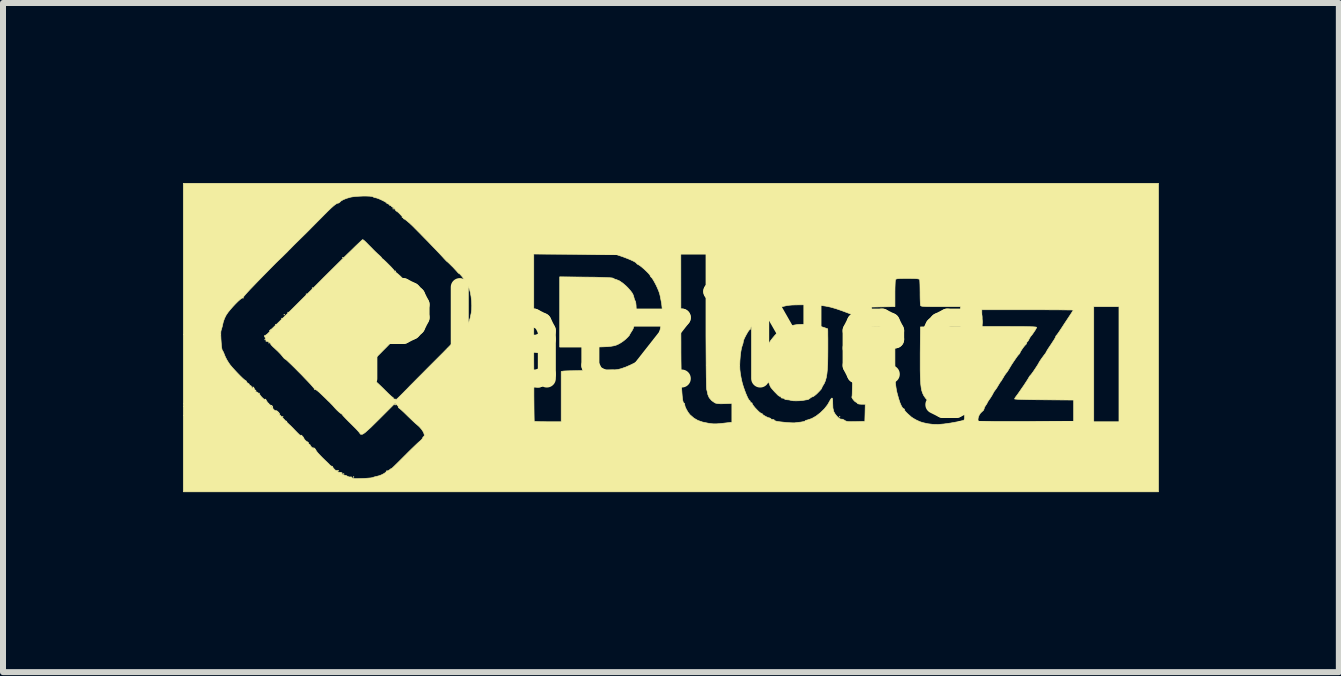
<source format=kicad_pcb>
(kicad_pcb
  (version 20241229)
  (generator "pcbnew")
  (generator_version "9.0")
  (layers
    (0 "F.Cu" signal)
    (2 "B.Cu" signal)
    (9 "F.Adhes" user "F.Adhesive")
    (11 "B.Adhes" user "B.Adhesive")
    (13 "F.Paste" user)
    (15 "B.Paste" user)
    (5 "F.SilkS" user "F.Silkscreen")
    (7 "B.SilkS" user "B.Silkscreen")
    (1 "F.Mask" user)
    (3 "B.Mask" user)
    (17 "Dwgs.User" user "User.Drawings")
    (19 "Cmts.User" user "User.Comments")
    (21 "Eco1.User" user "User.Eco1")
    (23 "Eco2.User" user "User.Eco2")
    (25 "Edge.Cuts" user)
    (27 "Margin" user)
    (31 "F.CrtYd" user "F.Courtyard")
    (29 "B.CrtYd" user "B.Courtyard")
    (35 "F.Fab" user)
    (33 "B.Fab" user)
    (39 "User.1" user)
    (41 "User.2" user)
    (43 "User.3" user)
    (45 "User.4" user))
  (footprint "PlatziNeg"
    (layer "F.Cu")
    (at 8.133 2.57)
    (property "Reference" "PlatziNeg" (at 0 0 0) (layer "F.SilkS") (effects (font (size 1.524 1.524) (thickness 0.3))))
    (attr through_hole)
    (fp_poly (pts (xy -6.693 0.095) (xy -6.699 0.102) (xy -6.706 0.095) (xy -6.699 0.089) (xy -6.693 0.095)) (stroke (width 0.01) (type solid)) (fill yes) (layer "F.SilkS"))
    (fp_poly (pts (xy -6.579 -0.21) (xy -6.585 -0.203) (xy -6.591 -0.21) (xy -6.585 -0.216) (xy -6.579 -0.21)) (stroke (width 0.01) (type solid)) (fill yes) (layer "F.SilkS"))
    (fp_poly (pts (xy -6.477 -0.311) (xy -6.483 -0.305) (xy -6.49 -0.311) (xy -6.483 -0.318) (xy -6.477 -0.311)) (stroke (width 0.01) (type solid)) (fill yes) (layer "F.SilkS"))
    (fp_poly (pts (xy -6.464 1.327) (xy -6.471 1.333) (xy -6.477 1.327) (xy -6.471 1.321) (xy -6.464 1.327)) (stroke (width 0.01) (type solid)) (fill yes) (layer "F.SilkS"))
    (fp_poly (pts (xy -6.439 -0.375) (xy -6.445 -0.368) (xy -6.452 -0.375) (xy -6.445 -0.381) (xy -6.439 -0.375)) (stroke (width 0.01) (type solid)) (fill yes) (layer "F.SilkS"))
    (fp_poly (pts (xy -6.401 1.403) (xy -6.407 1.41) (xy -6.413 1.403) (xy -6.407 1.397) (xy -6.401 1.403)) (stroke (width 0.01) (type solid)) (fill yes) (layer "F.SilkS"))
    (fp_poly (pts (xy -6.375 -0.413) (xy -6.382 -0.406) (xy -6.388 -0.413) (xy -6.382 -0.419) (xy -6.375 -0.413)) (stroke (width 0.01) (type solid)) (fill yes) (layer "F.SilkS"))
    (fp_poly (pts (xy -6.071 -0.718) (xy -6.077 -0.711) (xy -6.083 -0.718) (xy -6.077 -0.724) (xy -6.071 -0.718)) (stroke (width 0.01) (type solid)) (fill yes) (layer "F.SilkS"))
    (fp_poly (pts (xy -5.969 -0.819) (xy -5.975 -0.813) (xy -5.982 -0.819) (xy -5.975 -0.826) (xy -5.969 -0.819)) (stroke (width 0.01) (type solid)) (fill yes) (layer "F.SilkS"))
    (fp_poly (pts (xy -5.461 -1.327) (xy -5.467 -1.321) (xy -5.474 -1.327) (xy -5.467 -1.333) (xy -5.461 -1.327)) (stroke (width 0.01) (type solid)) (fill yes) (layer "F.SilkS"))
    (fp_poly (pts (xy -5.448 2.28) (xy -5.455 2.286) (xy -5.461 2.28) (xy -5.455 2.273) (xy -5.448 2.28)) (stroke (width 0.01) (type solid)) (fill yes) (layer "F.SilkS"))
    (fp_poly (pts (xy -5.283 2.33) (xy -5.29 2.337) (xy -5.296 2.33) (xy -5.29 2.324) (xy -5.283 2.33)) (stroke (width 0.01) (type solid)) (fill yes) (layer "F.SilkS"))
    (fp_poly (pts (xy -4.623 -2.14) (xy -4.629 -2.134) (xy -4.636 -2.14) (xy -4.629 -2.146) (xy -4.623 -2.14)) (stroke (width 0.01) (type solid)) (fill yes) (layer "F.SilkS"))
    (fp_poly (pts (xy -4.585 -1.099) (xy -4.591 -1.092) (xy -4.597 -1.099) (xy -4.591 -1.105) (xy -4.585 -1.099)) (stroke (width 0.01) (type solid)) (fill yes) (layer "F.SilkS"))
    (fp_poly (pts (xy -4.47 -2) (xy -4.477 -1.994) (xy -4.483 -2) (xy -4.477 -2.007) (xy -4.47 -2)) (stroke (width 0.01) (type solid)) (fill yes) (layer "F.SilkS"))
    (fp_poly (pts (xy 2.819 1.327) (xy 2.813 1.333) (xy 2.807 1.327) (xy 2.813 1.321) (xy 2.819 1.327)) (stroke (width 0.01) (type solid)) (fill yes) (layer "F.SilkS"))
    (fp_poly (pts (xy -6.761 0.03) (xy -6.759 0.045) (xy -6.761 0.047) (xy -6.768 0.045) (xy -6.769 0.038) (xy -6.764 0.028) (xy -6.761 0.03)) (stroke (width 0.01) (type solid)) (fill yes) (layer "F.SilkS"))
    (fp_poly (pts (xy -4.589 1.122) (xy -4.591 1.129) (xy -4.597 1.13) (xy -4.608 1.126) (xy -4.606 1.122) (xy -4.591 1.12) (xy -4.589 1.122)) (stroke (width 0.01) (type solid)) (fill yes) (layer "F.SilkS"))
    (fp_poly (pts (xy -1.418 -1.001) (xy -1.281 -1) (xy -1.169 -0.997) (xy -1.081 -0.994) (xy -1.018 -0.991) (xy -0.979 -0.987) (xy -0.964 -0.983) (xy -0.939 -0.969) (xy -0.909 -0.96) (xy -0.859 -0.939) (xy -0.802 -0.9) (xy -0.742 -0.848) (xy -0.711 -0.816) (xy -0.671 -0.77) (xy -0.645 -0.735) (xy -0.629 -0.704) (xy -0.618 -0.67) (xy -0.616 -0.66) (xy -0.606 -0.625) (xy -0.593 -0.599) (xy -0.592 -0.598) (xy -0.586 -0.577) (xy -0.581 -0.532) (xy -0.578 -0.468) (xy -0.578 -0.42) (xy -0.579 -0.348) (xy -0.581 -0.297) (xy -0.586 -0.261) (xy -0.594 -0.235) (xy -0.6 -0.222) (xy -0.615 -0.191) (xy -0.622 -0.166) (xy -0.622 -0.165) (xy -0.629 -0.143) (xy -0.646 -0.111) (xy -0.654 -0.099) (xy -0.673 -0.069) (xy -0.685 -0.049) (xy -0.686 -0.045) (xy -0.695 -0.028) (xy -0.719 -0.001) (xy -0.752 0.031) (xy -0.788 0.061) (xy -0.812 0.078) (xy -0.846 0.1) (xy -0.879 0.118) (xy -0.913 0.133) (xy -0.953 0.144) (xy -1 0.152) (xy -1.057 0.158) (xy -1.129 0.161) (xy -1.217 0.164) (xy -1.324 0.165) (xy -1.438 0.165) (xy -1.854 0.165) (xy -1.854 -1.006) (xy -1.418 -1.001)) (stroke (width 0.01) (type solid)) (fill yes) (layer "F.SilkS"))
    (fp_poly (pts (xy 2.269 -0.21) (xy 2.354 -0.202) (xy 2.435 -0.191) (xy 2.504 -0.176) (xy 2.54 -0.165) (xy 2.578 -0.152) (xy 2.604 -0.142) (xy 2.613 -0.14) (xy 2.614 -0.128) (xy 2.615 -0.093) (xy 2.615 -0.04) (xy 2.616 0.028) (xy 2.616 0.109) (xy 2.616 0.195) (xy 2.615 0.33) (xy 2.613 0.443) (xy 2.608 0.536) (xy 2.6 0.613) (xy 2.589 0.675) (xy 2.575 0.726) (xy 2.557 0.769) (xy 2.537 0.802) (xy 2.521 0.829) (xy 2.515 0.847) (xy 2.515 0.847) (xy 2.506 0.864) (xy 2.483 0.891) (xy 2.452 0.923) (xy 2.42 0.954) (xy 2.39 0.978) (xy 2.371 0.99) (xy 2.368 0.991) (xy 2.345 0.999) (xy 2.321 1.016) (xy 2.295 1.035) (xy 2.274 1.042) (xy 2.245 1.046) (xy 2.229 1.049) (xy 2.189 1.056) (xy 2.138 1.06) (xy 2.085 1.061) (xy 2.039 1.06) (xy 2.008 1.055) (xy 2.007 1.055) (xy 1.97 1.046) (xy 1.934 1.043) (xy 1.905 1.038) (xy 1.892 1.03) (xy 1.892 1.029) (xy 1.881 1.019) (xy 1.86 1.016) (xy 1.838 1.012) (xy 1.835 1.003) (xy 1.833 0.992) (xy 1.825 0.991) (xy 1.804 0.982) (xy 1.778 0.962) (xy 1.777 0.96) (xy 1.725 0.907) (xy 1.685 0.862) (xy 1.66 0.829) (xy 1.651 0.81) (xy 1.645 0.789) (xy 1.63 0.758) (xy 1.628 0.756) (xy 1.608 0.711) (xy 1.589 0.653) (xy 1.572 0.587) (xy 1.56 0.52) (xy 1.553 0.458) (xy 1.553 0.408) (xy 1.559 0.377) (xy 1.567 0.35) (xy 1.577 0.307) (xy 1.586 0.255) (xy 1.588 0.246) (xy 1.596 0.199) (xy 1.604 0.162) (xy 1.61 0.141) (xy 1.611 0.14) (xy 1.622 0.125) (xy 1.638 0.097) (xy 1.643 0.086) (xy 1.663 0.056) (xy 1.695 0.015) (xy 1.733 -0.03) (xy 1.751 -0.049) (xy 1.794 -0.092) (xy 1.828 -0.122) (xy 1.861 -0.143) (xy 1.903 -0.16) (xy 1.935 -0.171) (xy 1.996 -0.189) (xy 2.061 -0.203) (xy 2.117 -0.212) (xy 2.119 -0.212) (xy 2.188 -0.214) (xy 2.269 -0.21)) (stroke (width 0.01) (type solid)) (fill yes) (layer "F.SilkS"))
    (fp_poly (pts (xy 8.128 2.578) (xy -8.128 2.578) (xy -8.128 1.302) (xy -6.528 1.302) (xy -6.521 1.308) (xy -6.515 1.302) (xy -6.521 1.295) (xy -6.528 1.302) (xy -8.128 1.302) (xy -8.128 1.155) (xy -6.668 1.155) (xy -6.658 1.168) (xy -6.655 1.168) (xy -6.642 1.164) (xy -6.642 1.163) (xy -6.651 1.152) (xy -6.655 1.149) (xy -6.667 1.15) (xy -6.668 1.155) (xy -8.128 1.155) (xy -8.128 1.111) (xy -6.718 1.111) (xy -6.712 1.118) (xy -6.706 1.111) (xy -6.712 1.105) (xy -6.718 1.111) (xy -8.128 1.111) (xy -8.128 -0.041) (xy -7.503 -0.041) (xy -7.5 0.033) (xy -7.493 0.131) (xy -7.489 0.169) (xy -7.483 0.203) (xy -7.475 0.224) (xy -7.472 0.226) (xy -7.462 0.243) (xy -7.448 0.275) (xy -7.442 0.292) (xy -7.425 0.332) (xy -7.399 0.382) (xy -7.37 0.429) (xy -7.345 0.464) (xy -7.309 0.507) (xy -7.266 0.554) (xy -7.221 0.602) (xy -7.177 0.647) (xy -7.138 0.685) (xy -7.107 0.712) (xy -7.088 0.724) (xy -7.087 0.724) (xy -7.075 0.734) (xy -7.074 0.742) (xy -7.063 0.76) (xy -7.049 0.768) (xy -7.03 0.781) (xy -7.027 0.791) (xy -7.02 0.803) (xy -7.014 0.804) (xy -6.999 0.811) (xy -6.991 0.826) (xy -6.98 0.846) (xy -6.971 0.851) (xy -6.964 0.843) (xy -6.967 0.836) (xy -6.969 0.828) (xy -6.962 0.831) (xy -6.948 0.848) (xy -6.947 0.853) (xy -6.938 0.872) (xy -6.925 0.885) (xy -6.914 0.896) (xy -6.92 0.894) (xy -6.932 0.892) (xy -6.929 0.9) (xy -6.909 0.913) (xy -6.902 0.914) (xy -6.885 0.922) (xy -6.883 0.928) (xy -6.876 0.935) (xy -6.87 0.933) (xy -6.861 0.932) (xy -6.861 0.936) (xy -6.856 0.952) (xy -6.84 0.977) (xy -6.839 0.978) (xy -6.817 1.003) (xy -6.793 1.025) (xy -6.773 1.042) (xy -6.762 1.049) (xy -6.763 1.043) (xy -6.766 1.031) (xy -6.758 1.034) (xy -6.745 1.049) (xy -6.744 1.054) (xy -6.736 1.069) (xy -6.716 1.094) (xy -6.706 1.105) (xy -6.683 1.127) (xy -6.669 1.137) (xy -6.668 1.136) (xy -6.66 1.135) (xy -6.649 1.142) (xy -6.637 1.163) (xy -6.637 1.174) (xy -6.633 1.192) (xy -6.615 1.211) (xy -6.593 1.225) (xy -6.578 1.225) (xy -6.565 1.23) (xy -6.545 1.248) (xy -6.521 1.276) (xy -6.553 1.251) (xy -6.559 1.248) (xy -6.55 1.261) (xy -6.527 1.286) (xy -6.509 1.305) (xy -6.471 1.344) (xy -6.439 1.378) (xy -6.416 1.402) (xy -6.413 1.406) (xy -6.388 1.431) (xy -6.362 1.456) (xy -6.337 1.479) (xy -6.303 1.513) (xy -6.267 1.551) (xy -6.223 1.596) (xy -6.19 1.628) (xy -6.169 1.646) (xy -6.162 1.647) (xy -6.166 1.638) (xy -6.167 1.631) (xy -6.152 1.641) (xy -6.149 1.643) (xy -6.129 1.665) (xy -6.121 1.679) (xy -6.112 1.698) (xy -6.092 1.722) (xy -6.068 1.741) (xy -6.054 1.747) (xy -6.042 1.757) (xy -6.042 1.763) (xy -6.035 1.781) (xy -6.026 1.786) (xy -6.012 1.797) (xy -6.012 1.802) (xy -6.006 1.814) (xy -5.986 1.835) (xy -5.977 1.841) (xy -5.956 1.857) (xy -5.948 1.858) (xy -5.95 1.854) (xy -5.956 1.842) (xy -5.947 1.847) (xy -5.94 1.853) (xy -5.922 1.871) (xy -5.918 1.882) (xy -5.909 1.898) (xy -5.886 1.928) (xy -5.85 1.967) (xy -5.807 2.011) (xy -5.767 2.05) (xy -5.732 2.083) (xy -5.7 2.114) (xy -5.686 2.13) (xy -5.664 2.148) (xy -5.649 2.151) (xy -5.641 2.152) (xy -5.642 2.155) (xy -5.636 2.169) (xy -5.619 2.191) (xy -5.599 2.212) (xy -5.583 2.222) (xy -5.582 2.223) (xy -5.549 2.223) (xy -5.538 2.225) (xy -5.544 2.231) (xy -5.55 2.235) (xy -5.561 2.245) (xy -5.548 2.249) (xy -5.544 2.25) (xy -5.515 2.252) (xy -5.503 2.253) (xy -5.481 2.263) (xy -5.478 2.266) (xy -5.477 2.271) (xy -5.486 2.267) (xy -5.499 2.261) (xy -5.493 2.27) (xy -5.488 2.277) (xy -5.462 2.295) (xy -5.444 2.299) (xy -5.412 2.307) (xy -5.392 2.318) (xy -5.364 2.33) (xy -5.344 2.33) (xy -5.325 2.329) (xy -5.321 2.335) (xy -5.311 2.347) (xy -5.293 2.354) (xy -5.265 2.357) (xy -5.22 2.357) (xy -5.165 2.356) (xy -5.106 2.354) (xy -5.051 2.35) (xy -5.004 2.346) (xy -4.974 2.341) (xy -4.968 2.338) (xy -4.942 2.329) (xy -4.904 2.32) (xy -4.896 2.318) (xy -4.858 2.308) (xy -4.818 2.292) (xy -4.781 2.272) (xy -4.754 2.253) (xy -4.743 2.238) (xy -4.744 2.235) (xy -4.742 2.228) (xy -4.734 2.229) (xy -4.714 2.226) (xy -4.689 2.21) (xy -4.67 2.194) (xy -4.661 2.192) (xy -4.661 2.193) (xy -4.652 2.187) (xy -4.628 2.165) (xy -4.592 2.13) (xy -4.544 2.083) (xy -4.489 2.028) (xy -4.444 1.983) (xy -4.381 1.92) (xy -4.321 1.861) (xy -4.268 1.81) (xy -4.225 1.769) (xy -4.194 1.741) (xy -4.183 1.732) (xy -4.157 1.708) (xy -4.141 1.687) (xy -4.14 1.682) (xy -4.131 1.664) (xy -4.126 1.661) (xy -4.111 1.645) (xy -4.113 1.616) (xy -4.128 1.579) (xy -4.156 1.536) (xy -4.194 1.493) (xy -4.231 1.46) (xy -4.255 1.44) (xy -4.292 1.406) (xy -4.338 1.362) (xy -4.388 1.314) (xy -4.4 1.302) (xy -4.446 1.257) (xy -4.487 1.219) (xy -4.518 1.192) (xy -4.535 1.179) (xy -4.538 1.178) (xy -4.543 1.174) (xy -4.542 1.171) (xy -4.545 1.155) (xy -4.563 1.133) (xy -4.566 1.13) (xy -4.597 1.101) (xy -4.854 1.358) (xy -4.936 1.439) (xy -5.002 1.504) (xy -5.055 1.552) (xy -5.094 1.587) (xy -5.123 1.608) (xy -5.142 1.618) (xy -5.146 1.619) (xy -5.174 1.618) (xy -5.182 1.608) (xy -5.19 1.594) (xy -5.214 1.566) (xy -5.25 1.527) (xy -5.296 1.481) (xy -5.328 1.449) (xy -5.377 1.401) (xy -5.419 1.358) (xy -5.451 1.324) (xy -5.47 1.303) (xy -5.474 1.297) (xy -5.483 1.285) (xy -5.507 1.268) (xy -5.509 1.267) (xy -5.535 1.246) (xy -5.57 1.213) (xy -5.601 1.18) (xy -5.636 1.14) (xy -5.671 1.104) (xy -5.693 1.081) (xy -5.718 1.058) (xy -5.754 1.022) (xy -5.797 0.981) (xy -5.824 0.955) (xy -5.868 0.914) (xy -5.875 0.908) (xy -4.763 0.908) (xy -4.756 0.914) (xy -4.75 0.908) (xy -4.756 0.902) (xy -4.763 0.908) (xy -5.875 0.908) (xy -5.903 0.885) (xy -5.926 0.872) (xy -5.933 0.871) (xy -5.942 0.873) (xy -5.939 0.867) (xy -5.946 0.855) (xy -5.968 0.829) (xy -6.002 0.79) (xy -6.046 0.743) (xy -6.098 0.689) (xy -6.153 0.631) (xy -6.211 0.573) (xy -6.266 0.517) (xy -6.318 0.466) (xy -6.364 0.422) (xy -6.399 0.389) (xy -6.423 0.369) (xy -6.431 0.365) (xy -6.441 0.359) (xy -6.461 0.337) (xy -6.478 0.315) (xy -6.509 0.279) (xy -6.551 0.236) (xy -6.595 0.195) (xy -6.599 0.191) (xy -6.635 0.158) (xy -6.661 0.131) (xy -6.672 0.115) (xy -6.673 0.112) (xy -6.677 0.099) (xy -6.696 0.084) (xy -6.72 0.072) (xy -6.74 0.068) (xy -6.743 0.069) (xy -6.751 0.068) (xy -6.749 0.059) (xy -6.75 0.036) (xy -6.764 0.006) (xy -6.765 0.005) (xy -6.777 -0.017) (xy -6.777 -0.025) (xy -6.775 -0.025) (xy -6.76 -0.03) (xy -6.734 -0.048) (xy -6.712 -0.068) (xy -6.688 -0.093) (xy -6.676 -0.107) (xy -6.679 -0.108) (xy -6.691 -0.104) (xy -6.688 -0.112) (xy -6.672 -0.126) (xy -6.667 -0.127) (xy -6.656 -0.136) (xy -6.629 -0.161) (xy -6.587 -0.202) (xy -6.53 -0.257) (xy -6.462 -0.324) (xy -6.381 -0.403) (xy -6.291 -0.492) (xy -6.193 -0.59) (xy -6.087 -0.695) (xy -5.975 -0.806) (xy -5.905 -0.876) (xy -5.791 -0.991) (xy -5.681 -1.1) (xy -5.578 -1.202) (xy -5.482 -1.297) (xy -5.396 -1.382) (xy -5.319 -1.456) (xy -5.255 -1.519) (xy -5.203 -1.568) (xy -5.166 -1.603) (xy -5.145 -1.622) (xy -5.14 -1.626) (xy -5.132 -1.624) (xy -5.121 -1.617) (xy -5.103 -1.602) (xy -5.077 -1.577) (xy -5.04 -1.539) (xy -4.988 -1.487) (xy -4.969 -1.467) (xy -4.93 -1.428) (xy -4.89 -1.39) (xy -4.864 -1.367) (xy -4.837 -1.342) (xy -4.821 -1.324) (xy -4.82 -1.319) (xy -4.814 -1.31) (xy -4.813 -1.31) (xy -4.802 -1.303) (xy -4.777 -1.281) (xy -4.744 -1.25) (xy -4.708 -1.214) (xy -4.671 -1.177) (xy -4.64 -1.143) (xy -4.618 -1.118) (xy -4.61 -1.106) (xy -4.6 -1.092) (xy -4.577 -1.074) (xy -4.575 -1.073) (xy -4.549 -1.052) (xy -4.516 -1.023) (xy -4.481 -0.989) (xy -4.45 -0.956) (xy -4.426 -0.929) (xy -4.417 -0.913) (xy -4.417 -0.911) (xy -4.411 -0.904) (xy -4.41 -0.905) (xy -4.399 -0.897) (xy -4.374 -0.874) (xy -4.338 -0.84) (xy -4.294 -0.797) (xy -4.245 -0.75) (xy -4.195 -0.7) (xy -4.147 -0.652) (xy -4.105 -0.609) (xy -4.071 -0.574) (xy -4.05 -0.551) (xy -4.052 -0.539) (xy -4.07 -0.514) (xy -4.102 -0.476) (xy -4.152 -0.423) (xy -4.219 -0.355) (xy -4.263 -0.309) (xy -4.326 -0.246) (xy -4.384 -0.187) (xy -4.433 -0.136) (xy -4.472 -0.096) (xy -4.497 -0.068) (xy -4.506 -0.057) (xy -4.515 -0.045) (xy -4.513 -0.051) (xy -4.517 -0.052) (xy -4.534 -0.039) (xy -4.561 -0.016) (xy -4.592 0.014) (xy -4.625 0.046) (xy -4.652 0.075) (xy -4.669 0.093) (xy -4.701 0.125) (xy -4.745 0.17) (xy -4.798 0.223) (xy -4.856 0.282) (xy -4.884 0.31) (xy -4.944 0.37) (xy -4.997 0.424) (xy -5.041 0.471) (xy -5.074 0.507) (xy -5.093 0.53) (xy -5.096 0.535) (xy -5.091 0.556) (xy -5.064 0.59) (xy -5.029 0.626) (xy -4.996 0.659) (xy -4.972 0.686) (xy -4.962 0.702) (xy -4.962 0.704) (xy -4.96 0.711) (xy -4.954 0.711) (xy -4.94 0.72) (xy -4.912 0.744) (xy -4.873 0.78) (xy -4.826 0.825) (xy -4.793 0.857) (xy -4.744 0.906) (xy -4.7 0.949) (xy -4.665 0.981) (xy -4.642 1) (xy -4.636 1.003) (xy -4.626 1.013) (xy -4.626 1.019) (xy -4.619 1.031) (xy -4.606 1.031) (xy -4.59 1.032) (xy -4.592 1.044) (xy -4.593 1.05) (xy -4.579 1.04) (xy -4.551 1.015) (xy -4.513 0.978) (xy -4.466 0.931) (xy -4.426 0.89) (xy -4.396 0.86) (xy -4.351 0.813) (xy -4.292 0.754) (xy -4.222 0.683) (xy -4.143 0.604) (xy -4.058 0.518) (xy -3.968 0.428) (xy -3.882 0.342) (xy -3.795 0.255) (xy -3.714 0.172) (xy -3.64 0.097) (xy -3.576 0.03) (xy -3.551 0.004) (xy -2.286 0.004) (xy -2.286 0.189) (xy -2.286 0.368) (xy -2.285 0.538) (xy -2.285 0.697) (xy -2.284 0.844) (xy -2.284 0.978) (xy -2.283 1.096) (xy -2.282 1.198) (xy -2.281 1.281) (xy -2.28 1.343) (xy -2.279 1.384) (xy -2.278 1.401) (xy -2.278 1.401) (xy -2.263 1.404) (xy -2.227 1.406) (xy -2.174 1.408) (xy -2.109 1.409) (xy -2.049 1.41) (xy -1.829 1.41) (xy -1.829 0.572) (xy -1.8 0.566) (xy -1.781 0.564) (xy -1.74 0.562) (xy -1.679 0.56) (xy -1.603 0.559) (xy -1.514 0.557) (xy -1.415 0.555) (xy -1.34 0.554) (xy -1.221 0.553) (xy -1.125 0.551) (xy -1.048 0.55) (xy -0.988 0.547) (xy -0.941 0.545) (xy -0.903 0.541) (xy -0.874 0.536) (xy -0.848 0.53) (xy -0.826 0.524) (xy -0.75 0.497) (xy -0.672 0.463) (xy -0.597 0.426) (xy -0.535 0.389) (xy -0.503 0.365) (xy -0.446 0.315) (xy -0.392 0.261) (xy -0.344 0.208) (xy -0.309 0.163) (xy -0.295 0.14) (xy -0.279 0.109) (xy -0.267 0.089) (xy -0.245 0.049) (xy -0.221 -0.007) (xy -0.198 -0.067) (xy -0.181 -0.121) (xy -0.176 -0.144) (xy -0.166 -0.196) (xy -0.156 -0.25) (xy -0.153 -0.267) (xy -0.142 -0.354) (xy -0.143 -0.451) (xy -0.155 -0.562) (xy -0.18 -0.69) (xy -0.189 -0.727) (xy -0.201 -0.762) (xy -0.22 -0.808) (xy -0.243 -0.859) (xy -0.269 -0.909) (xy -0.293 -0.952) (xy -0.313 -0.983) (xy -0.326 -0.996) (xy -0.341 -1.012) (xy -0.343 -1.02) (xy -0.352 -1.038) (xy -0.376 -1.066) (xy -0.41 -1.1) (xy -0.448 -1.136) (xy -0.487 -1.169) (xy -0.52 -1.195) (xy -0.541 -1.207) (xy -0.564 -1.22) (xy -0.572 -1.23) (xy -0.583 -1.242) (xy -0.613 -1.261) (xy -0.659 -1.283) (xy -0.715 -1.307) (xy -0.777 -1.331) (xy -0.813 -1.344) (xy -0.908 -1.376) (xy -1.597 -1.381) (xy -2.08 -1.384) (xy 0.165 -1.384) (xy 0.166 -0.314) (xy 0.166 -0.103) (xy 0.167 0.084) (xy 0.167 0.249) (xy 0.168 0.394) (xy 0.17 0.52) (xy 0.172 0.629) (xy 0.174 0.723) (xy 0.177 0.804) (xy 0.18 0.872) (xy 0.184 0.93) (xy 0.188 0.98) (xy 0.193 1.023) (xy 0.198 1.057) (xy 0.206 1.086) (xy 0.215 1.098) (xy 0.217 1.098) (xy 0.226 1.103) (xy 0.229 1.119) (xy 0.236 1.155) (xy 0.257 1.202) (xy 0.285 1.25) (xy 0.317 1.292) (xy 0.324 1.298) (xy 0.384 1.35) (xy 0.45 1.388) (xy 0.529 1.415) (xy 0.626 1.435) (xy 0.629 1.435) (xy 0.675 1.442) (xy 0.714 1.445) (xy 0.753 1.445) (xy 0.798 1.442) (xy 0.858 1.436) (xy 0.886 1.433) (xy 1.016 1.418) (xy 1.016 1.105) (xy 0.892 1.109) (xy 0.826 1.11) (xy 0.779 1.107) (xy 0.746 1.1) (xy 0.73 1.093) (xy 0.678 1.056) (xy 0.638 1.009) (xy 0.616 0.959) (xy 0.615 0.954) (xy 0.606 0.911) (xy 0.596 0.871) (xy 0.596 0.871) (xy 0.594 0.853) (xy 0.592 0.81) (xy 0.591 0.746) (xy 0.589 0.66) (xy 0.588 0.556) (xy 0.587 0.467) (xy 1.147 0.467) (xy 1.149 0.531) (xy 1.15 0.545) (xy 1.157 0.603) (xy 1.169 0.673) (xy 1.184 0.742) (xy 1.189 0.762) (xy 1.206 0.82) (xy 1.227 0.881) (xy 1.249 0.939) (xy 1.271 0.99) (xy 1.29 1.029) (xy 1.305 1.051) (xy 1.311 1.054) (xy 1.32 1.064) (xy 1.321 1.073) (xy 1.331 1.09) (xy 1.341 1.092) (xy 1.354 1.098) (xy 1.353 1.104) (xy 1.358 1.118) (xy 1.376 1.144) (xy 1.403 1.177) (xy 1.435 1.211) (xy 1.466 1.242) (xy 1.492 1.263) (xy 1.506 1.27) (xy 1.522 1.276) (xy 1.524 1.28) (xy 1.534 1.293) (xy 1.56 1.31) (xy 1.593 1.328) (xy 1.624 1.342) (xy 1.643 1.346) (xy 1.661 1.353) (xy 1.664 1.359) (xy 1.675 1.368) (xy 1.696 1.372) (xy 1.718 1.375) (xy 1.722 1.383) (xy 1.729 1.391) (xy 1.754 1.4) (xy 1.769 1.403) (xy 1.812 1.41) (xy 1.867 1.416) (xy 1.926 1.422) (xy 1.983 1.426) (xy 2.031 1.428) (xy 2.061 1.428) (xy 2.064 1.428) (xy 2.09 1.424) (xy 2.131 1.419) (xy 2.162 1.416) (xy 2.201 1.409) (xy 2.228 1.402) (xy 2.235 1.397) (xy 2.246 1.388) (xy 2.274 1.38) (xy 2.28 1.379) (xy 2.348 1.356) (xy 2.42 1.315) (xy 2.491 1.26) (xy 2.557 1.196) (xy 2.611 1.127) (xy 2.634 1.087) (xy 2.66 1.04) (xy 2.678 1.016) (xy 2.69 1.017) (xy 2.696 1.043) (xy 2.697 1.093) (xy 2.697 1.102) (xy 2.7 1.181) (xy 2.714 1.238) (xy 2.716 1.244) (xy 2.738 1.282) (xy 2.768 1.319) (xy 2.798 1.348) (xy 2.826 1.365) (xy 2.84 1.366) (xy 2.862 1.368) (xy 2.891 1.383) (xy 2.894 1.385) (xy 2.911 1.396) (xy 2.931 1.403) (xy 2.96 1.407) (xy 3.002 1.408) (xy 3.062 1.407) (xy 3.08 1.407) (xy 3.232 1.403) (xy 3.236 1.26) (xy 3.239 1.118) (xy 3.175 1.118) (xy 3.139 1.115) (xy 3.116 1.11) (xy 3.111 1.106) (xy 3.101 1.092) (xy 3.089 1.086) (xy 3.067 1.072) (xy 3.044 1.048) (xy 3.025 1.022) (xy 3.015 1.001) (xy 3.017 0.993) (xy 3.02 0.978) (xy 3.022 0.941) (xy 3.023 0.882) (xy 3.025 0.803) (xy 3.026 0.706) (xy 3.026 0.594) (xy 3.026 0.468) (xy 3.026 0.33) (xy 3.026 0.304) (xy 3.022 -0.376) (xy 2.962 -0.399) (xy 2.847 -0.442) (xy 2.748 -0.476) (xy 2.66 -0.501) (xy 2.656 -0.502) (xy 3.346 -0.502) (xy 3.346 -0.184) (xy 3.54 -0.181) (xy 3.734 -0.177) (xy 3.734 0.291) (xy 3.734 0.42) (xy 3.735 0.526) (xy 3.736 0.614) (xy 3.738 0.686) (xy 3.741 0.745) (xy 3.746 0.795) (xy 3.752 0.84) (xy 3.759 0.882) (xy 3.768 0.924) (xy 3.774 0.946) (xy 3.796 1.026) (xy 3.819 1.095) (xy 3.842 1.147) (xy 3.863 1.181) (xy 3.882 1.194) (xy 3.882 1.194) (xy 3.894 1.2) (xy 3.892 1.207) (xy 3.895 1.219) (xy 3.912 1.242) (xy 3.947 1.277) (xy 4 1.324) (xy 4.004 1.328) (xy 4.042 1.354) (xy 4.094 1.383) (xy 4.149 1.408) (xy 4.197 1.424) (xy 4.283 1.443) (xy 4.366 1.453) (xy 4.454 1.455) (xy 4.55 1.447) (xy 4.663 1.431) (xy 4.718 1.421) (xy 4.778 1.41) (xy 4.83 1.398) (xy 4.867 1.389) (xy 4.885 1.382) (xy 4.885 1.382) (xy 4.885 1.381) (xy 5.118 1.381) (xy 5.127 1.401) (xy 5.141 1.403) (xy 5.178 1.404) (xy 5.236 1.405) (xy 5.313 1.406) (xy 5.406 1.407) (xy 5.514 1.407) (xy 5.635 1.407) (xy 5.765 1.407) (xy 5.903 1.407) (xy 5.924 1.407) (xy 6.712 1.403) (xy 6.712 1.048) (xy 6.22 1.044) (xy 6.103 1.043) (xy 5.997 1.042) (xy 5.906 1.04) (xy 5.831 1.038) (xy 5.775 1.035) (xy 5.74 1.032) (xy 5.728 1.03) (xy 5.735 1.013) (xy 5.753 0.987) (xy 5.757 0.982) (xy 5.779 0.953) (xy 5.809 0.91) (xy 5.844 0.859) (xy 5.881 0.806) (xy 5.915 0.754) (xy 5.943 0.711) (xy 5.961 0.681) (xy 5.965 0.673) (xy 5.98 0.649) (xy 5.998 0.629) (xy 6.014 0.609) (xy 6.038 0.576) (xy 6.065 0.536) (xy 6.092 0.495) (xy 6.115 0.459) (xy 6.13 0.434) (xy 6.134 0.425) (xy 6.141 0.413) (xy 6.158 0.386) (xy 6.181 0.353) (xy 6.205 0.32) (xy 6.225 0.293) (xy 6.236 0.279) (xy 6.236 0.279) (xy 6.248 0.263) (xy 6.252 0.254) (xy 6.26 0.239) (xy 6.271 0.22) (xy 6.288 0.192) (xy 6.315 0.152) (xy 6.353 0.095) (xy 6.353 0.094) (xy 6.381 0.052) (xy 6.402 0.017) (xy 6.413 -0.006) (xy 6.413 -0.009) (xy 6.421 -0.026) (xy 6.423 -0.028) (xy 6.434 -0.039) (xy 6.455 -0.068) (xy 6.481 -0.106) (xy 6.491 -0.121) (xy 6.524 -0.171) (xy 6.564 -0.233) (xy 6.606 -0.296) (xy 6.627 -0.328) (xy 6.659 -0.376) (xy 6.684 -0.415) (xy 6.701 -0.442) (xy 6.706 -0.452) (xy 6.693 -0.453) (xy 6.658 -0.454) (xy 6.601 -0.454) (xy 6.526 -0.455) (xy 6.434 -0.456) (xy 6.327 -0.456) (xy 6.209 -0.457) (xy 6.08 -0.457) (xy 5.944 -0.457) (xy 5.182 -0.457) (xy 5.182 -0.178) (xy 5.639 -0.178) (xy 5.774 -0.177) (xy 5.884 -0.177) (xy 5.97 -0.175) (xy 6.034 -0.173) (xy 6.075 -0.17) (xy 6.094 -0.166) (xy 6.096 -0.164) (xy 6.089 -0.147) (xy 6.072 -0.117) (xy 6.048 -0.081) (xy 6.024 -0.046) (xy 6.003 -0.02) (xy 5.999 -0.016) (xy 5.984 0.006) (xy 5.967 0.038) (xy 5.953 0.064) (xy 5.941 0.076) (xy 5.94 0.076) (xy 5.932 0.086) (xy 5.931 0.095) (xy 5.921 0.118) (xy 5.915 0.123) (xy 5.898 0.14) (xy 5.875 0.169) (xy 5.851 0.203) (xy 5.83 0.236) (xy 5.818 0.26) (xy 5.817 0.265) (xy 5.807 0.28) (xy 5.805 0.282) (xy 5.793 0.294) (xy 5.77 0.323) (xy 5.742 0.363) (xy 5.71 0.41) (xy 5.678 0.458) (xy 5.651 0.503) (xy 5.641 0.52) (xy 5.619 0.557) (xy 5.6 0.585) (xy 5.592 0.594) (xy 5.576 0.615) (xy 5.554 0.648) (xy 5.541 0.671) (xy 5.52 0.705) (xy 5.505 0.73) (xy 5.499 0.737) (xy 5.489 0.75) (xy 5.471 0.779) (xy 5.457 0.802) (xy 5.435 0.839) (xy 5.415 0.869) (xy 5.407 0.879) (xy 5.389 0.903) (xy 5.375 0.927) (xy 5.353 0.968) (xy 5.325 1.013) (xy 5.299 1.05) (xy 5.281 1.078) (xy 5.271 1.097) (xy 5.271 1.099) (xy 5.263 1.114) (xy 5.246 1.138) (xy 5.245 1.14) (xy 5.227 1.169) (xy 5.22 1.195) (xy 5.21 1.219) (xy 5.188 1.239) (xy 5.159 1.267) (xy 5.135 1.306) (xy 5.121 1.346) (xy 5.118 1.381) (xy 4.885 1.381) (xy 4.892 1.364) (xy 4.894 1.327) (xy 4.893 1.279) (xy 4.889 1.225) (xy 4.883 1.172) (xy 4.874 1.127) (xy 4.865 1.095) (xy 4.856 1.084) (xy 4.836 1.083) (xy 4.799 1.089) (xy 4.75 1.099) (xy 4.731 1.103) (xy 4.661 1.118) (xy 4.588 1.127) (xy 4.518 1.13) (xy 4.457 1.128) (xy 4.411 1.121) (xy 4.389 1.111) (xy 4.36 1.096) (xy 4.341 1.092) (xy 4.314 1.082) (xy 4.281 1.056) (xy 4.246 1.019) (xy 4.216 0.976) (xy 4.207 0.959) (xy 4.193 0.927) (xy 4.181 0.89) (xy 4.172 0.846) (xy 4.165 0.792) (xy 4.16 0.726) (xy 4.157 0.645) (xy 4.155 0.546) (xy 4.155 0.427) (xy 4.155 0.286) (xy 4.155 0.273) (xy 4.159 -0.171) (xy 4.826 -0.178) (xy 4.826 -0.508) (xy 7.048 -0.508) (xy 7.048 1.41) (xy 7.468 1.41) (xy 7.468 -0.508) (xy 7.048 -0.508) (xy 4.826 -0.508) (xy 4.497 -0.508) (xy 4.396 -0.508) (xy 4.318 -0.509) (xy 4.259 -0.51) (xy 4.217 -0.512) (xy 4.189 -0.515) (xy 4.172 -0.519) (xy 4.163 -0.524) (xy 4.161 -0.528) (xy 4.158 -0.547) (xy 4.156 -0.587) (xy 4.154 -0.642) (xy 4.153 -0.708) (xy 4.153 -0.743) (xy 4.152 -0.812) (xy 4.151 -0.873) (xy 4.149 -0.921) (xy 4.147 -0.951) (xy 4.145 -0.958) (xy 4.139 -0.966) (xy 4.124 -0.971) (xy 4.098 -0.975) (xy 4.056 -0.977) (xy 3.995 -0.978) (xy 3.943 -0.978) (xy 3.869 -0.978) (xy 3.817 -0.977) (xy 3.782 -0.975) (xy 3.761 -0.971) (xy 3.75 -0.965) (xy 3.744 -0.957) (xy 3.742 -0.949) (xy 3.739 -0.927) (xy 3.737 -0.885) (xy 3.735 -0.827) (xy 3.734 -0.759) (xy 3.734 -0.715) (xy 3.734 -0.509) (xy 3.346 -0.502) (xy 2.656 -0.502) (xy 2.577 -0.518) (xy 2.492 -0.53) (xy 2.399 -0.536) (xy 2.293 -0.539) (xy 2.235 -0.54) (xy 2.144 -0.539) (xy 2.074 -0.538) (xy 2.018 -0.536) (xy 1.973 -0.532) (xy 1.934 -0.527) (xy 1.894 -0.518) (xy 1.854 -0.508) (xy 1.801 -0.493) (xy 1.756 -0.479) (xy 1.726 -0.467) (xy 1.718 -0.462) (xy 1.694 -0.448) (xy 1.664 -0.438) (xy 1.637 -0.43) (xy 1.625 -0.421) (xy 1.625 -0.421) (xy 1.615 -0.411) (xy 1.589 -0.392) (xy 1.551 -0.369) (xy 1.55 -0.368) (xy 1.509 -0.342) (xy 1.476 -0.315) (xy 1.459 -0.296) (xy 1.445 -0.277) (xy 1.435 -0.273) (xy 1.421 -0.268) (xy 1.399 -0.248) (xy 1.373 -0.219) (xy 1.349 -0.188) (xy 1.332 -0.161) (xy 1.326 -0.144) (xy 1.327 -0.143) (xy 1.325 -0.131) (xy 1.32 -0.13) (xy 1.307 -0.121) (xy 1.288 -0.096) (xy 1.266 -0.059) (xy 1.243 -0.017) (xy 1.223 0.023) (xy 1.21 0.056) (xy 1.207 0.071) (xy 1.202 0.101) (xy 1.19 0.138) (xy 1.188 0.142) (xy 1.176 0.184) (xy 1.165 0.244) (xy 1.156 0.316) (xy 1.15 0.393) (xy 1.147 0.467) (xy 0.587 0.467) (xy 0.587 0.434) (xy 0.586 0.297) (xy 0.585 0.145) (xy 0.584 -0.02) (xy 0.584 -0.196) (xy 0.584 -0.275) (xy 0.584 -1.384) (xy 0.165 -1.384) (xy -2.08 -1.384) (xy -2.286 -1.386) (xy -2.286 0.004) (xy -3.551 0.004) (xy -3.523 -0.026) (xy -3.483 -0.069) (xy -3.457 -0.099) (xy -3.448 -0.113) (xy -3.448 -0.114) (xy -3.447 -0.126) (xy -3.442 -0.127) (xy -3.43 -0.136) (xy -3.429 -0.14) (xy -3.423 -0.158) (xy -3.407 -0.188) (xy -3.396 -0.205) (xy -3.375 -0.241) (xy -3.362 -0.27) (xy -3.359 -0.278) (xy -3.354 -0.298) (xy -3.352 -0.302) (xy -3.348 -0.314) (xy -3.344 -0.331) (xy -3.337 -0.365) (xy -3.329 -0.401) (xy -3.322 -0.457) (xy -3.32 -0.526) (xy -3.323 -0.601) (xy -3.331 -0.676) (xy -3.343 -0.744) (xy -3.358 -0.799) (xy -3.373 -0.831) (xy -3.387 -0.86) (xy -3.391 -0.878) (xy -3.4 -0.901) (xy -3.421 -0.927) (xy -3.422 -0.929) (xy -3.444 -0.952) (xy -3.454 -0.969) (xy -3.454 -0.97) (xy -3.461 -0.983) (xy -3.477 -1.006) (xy -3.498 -1.03) (xy -3.517 -1.051) (xy -3.529 -1.061) (xy -3.531 -1.06) (xy -3.538 -1.064) (xy -3.557 -1.083) (xy -3.572 -1.101) (xy -3.599 -1.13) (xy -3.631 -1.165) (xy -3.666 -1.199) (xy -3.697 -1.23) (xy -3.721 -1.252) (xy -3.733 -1.262) (xy -3.734 -1.262) (xy -3.741 -1.268) (xy -3.761 -1.289) (xy -3.79 -1.32) (xy -3.793 -1.324) (xy -3.82 -1.353) (xy -3.862 -1.398) (xy -3.916 -1.455) (xy -3.98 -1.521) (xy -4.049 -1.593) (xy -4.123 -1.668) (xy -4.197 -1.744) (xy -4.269 -1.816) (xy -4.274 -1.822) (xy -4.321 -1.868) (xy -4.366 -1.909) (xy -4.405 -1.942) (xy -4.434 -1.964) (xy -4.45 -1.972) (xy -4.451 -1.971) (xy -4.457 -1.974) (xy -4.458 -1.979) (xy -4.466 -1.994) (xy -4.486 -2.019) (xy -4.512 -2.047) (xy -4.539 -2.074) (xy -4.562 -2.094) (xy -4.575 -2.101) (xy -4.576 -2.1) (xy -4.584 -2.107) (xy -4.597 -2.127) (xy -4.618 -2.153) (xy -4.638 -2.166) (xy -4.657 -2.178) (xy -4.661 -2.186) (xy -4.669 -2.193) (xy -4.672 -2.192) (xy -4.686 -2.195) (xy -4.691 -2.204) (xy -4.708 -2.22) (xy -4.718 -2.223) (xy -4.735 -2.229) (xy -4.737 -2.235) (xy -4.748 -2.246) (xy -4.776 -2.263) (xy -4.814 -2.282) (xy -4.855 -2.301) (xy -4.893 -2.316) (xy -4.921 -2.324) (xy -4.927 -2.324) (xy -4.954 -2.332) (xy -4.962 -2.338) (xy -4.982 -2.345) (xy -5.021 -2.35) (xy -5.075 -2.352) (xy -5.136 -2.352) (xy -5.201 -2.349) (xy -5.262 -2.345) (xy -5.315 -2.338) (xy -5.341 -2.333) (xy -5.406 -2.314) (xy -5.461 -2.292) (xy -5.5 -2.269) (xy -5.516 -2.253) (xy -5.535 -2.237) (xy -5.544 -2.235) (xy -5.562 -2.231) (xy -5.586 -2.217) (xy -5.619 -2.192) (xy -5.662 -2.154) (xy -5.717 -2.101) (xy -5.785 -2.033) (xy -5.842 -1.975) (xy -5.911 -1.906) (xy -5.984 -1.832) (xy -6.056 -1.759) (xy -6.122 -1.694) (xy -6.176 -1.641) (xy -6.177 -1.64) (xy -6.23 -1.588) (xy -6.281 -1.538) (xy -6.323 -1.495) (xy -6.354 -1.463) (xy -6.362 -1.456) (xy -6.395 -1.421) (xy -6.438 -1.379) (xy -6.476 -1.341) (xy -6.514 -1.305) (xy -6.548 -1.273) (xy -6.571 -1.25) (xy -6.572 -1.25) (xy -6.693 -1.127) (xy -6.797 -1.021) (xy -6.885 -0.931) (xy -6.958 -0.855) (xy -7.017 -0.794) (xy -7.062 -0.745) (xy -7.095 -0.708) (xy -7.117 -0.682) (xy -7.128 -0.666) (xy -7.13 -0.659) (xy -7.128 -0.65) (xy -7.137 -0.654) (xy -7.152 -0.65) (xy -7.18 -0.629) (xy -7.217 -0.596) (xy -7.259 -0.554) (xy -7.303 -0.507) (xy -7.345 -0.459) (xy -7.382 -0.413) (xy -7.41 -0.372) (xy -7.414 -0.366) (xy -7.44 -0.314) (xy -7.461 -0.255) (xy -7.469 -0.221) (xy -7.479 -0.176) (xy -7.49 -0.137) (xy -7.496 -0.119) (xy -7.502 -0.091) (xy -7.503 -0.041) (xy -8.128 -0.041) (xy -8.128 -2.565) (xy 8.128 -2.565) (xy 8.128 2.578)) (stroke (width 0.01) (type solid)) (fill yes) (layer "F.SilkS")))
  (gr_rect
    (start -3 -3)
    (end 19.266 8.153)
    (stroke (width 0.1) (type default))
    (fill no)
    (layer "Edge.Cuts")))
</source>
